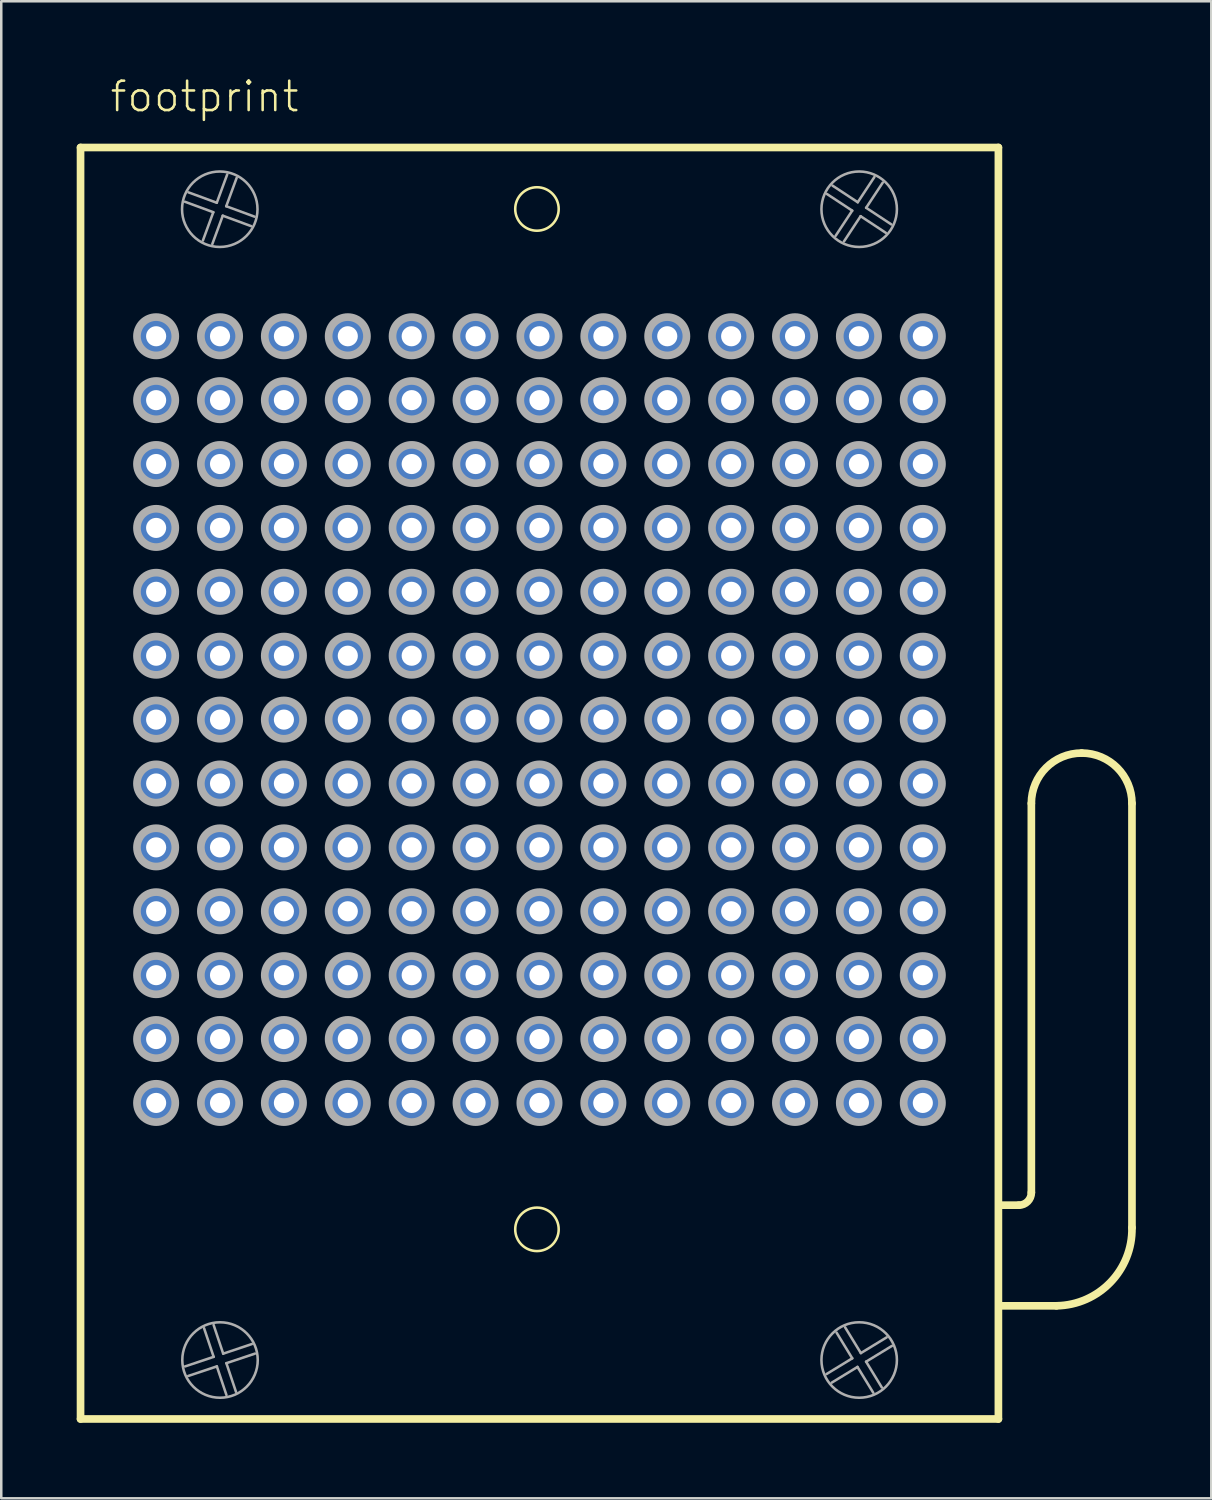
<source format=kicad_pcb>
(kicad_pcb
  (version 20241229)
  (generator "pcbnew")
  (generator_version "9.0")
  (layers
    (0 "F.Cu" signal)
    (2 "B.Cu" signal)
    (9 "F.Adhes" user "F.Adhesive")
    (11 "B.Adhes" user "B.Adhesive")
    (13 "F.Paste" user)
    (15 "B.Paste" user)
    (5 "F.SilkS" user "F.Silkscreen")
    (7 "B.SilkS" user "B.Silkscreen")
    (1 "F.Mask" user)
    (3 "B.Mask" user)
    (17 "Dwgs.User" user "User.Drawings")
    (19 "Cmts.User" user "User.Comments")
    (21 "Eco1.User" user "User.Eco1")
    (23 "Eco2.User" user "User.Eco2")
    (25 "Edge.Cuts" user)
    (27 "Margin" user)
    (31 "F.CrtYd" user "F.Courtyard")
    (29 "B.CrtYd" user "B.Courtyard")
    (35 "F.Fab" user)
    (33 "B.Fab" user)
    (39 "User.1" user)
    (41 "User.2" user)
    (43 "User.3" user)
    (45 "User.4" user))
  (footprint "footprint"
    (layer "F.Cu")
    (at 18.397 25.558)
    (property "Reference" "footprint" (at -17.135 -24.085 0) (layer "F.SilkS") (effects (font (size 1.168 1.168) (thickness 0.102)) (justify left bottom)))
    (fp_line (start -18.245 -22.745) (end 18.245 -22.745) (stroke (width 0.305) (type solid)) (layer "F.SilkS"))
    (fp_line (start -18.245 27.805) (end -18.245 -22.745) (stroke (width 0.305) (type solid)) (layer "F.SilkS"))
    (fp_line (start 18.245 -22.745) (end 18.245 27.805) (stroke (width 0.305) (type solid)) (layer "F.SilkS"))
    (fp_line (start 18.245 27.805) (end -18.245 27.805) (stroke (width 0.305) (type solid)) (layer "F.SilkS"))
    (fp_line (start 19.055 19.305) (end 18.291 19.305) (stroke (width 0.305) (type solid)) (layer "F.SilkS"))
    (fp_line (start 19.555 18.805) (end 19.555 3.33) (stroke (width 0.305) (type solid)) (layer "F.SilkS"))
    (fp_line (start 20.555 23.305) (end 18.291 23.305) (stroke (width 0.305) (type solid)) (layer "F.SilkS"))
    (fp_line (start 23.555 3.33) (end 23.555 20.2) (stroke (width 0.305) (type solid)) (layer "F.SilkS"))
    (fp_arc (start 19.555 3.33) (mid 20.140786 1.915786) (end 21.555 1.33) (stroke (width 0.3048) (type solid)) (layer "F.SilkS"))
    (fp_arc (start 19.555 18.805) (mid 19.408553 19.158553) (end 19.055 19.305) (stroke (width 0.3048) (type solid)) (layer "F.SilkS"))
    (fp_arc (start 21.555 1.33) (mid 22.969214 1.915786) (end 23.555 3.33) (stroke (width 0.3048) (type solid)) (layer "F.SilkS"))
    (fp_arc (start 23.555 20.2) (mid 22.698067 22.37382) (end 20.555 23.305) (stroke (width 0.3048) (type solid)) (layer "F.SilkS"))
    (fp_circle (center -0.1 -20.3) (end 0.764 -20.3) (stroke (width 0.102) (type solid)) (fill no) (layer "F.SilkS"))
    (fp_circle (center -0.1 20.265) (end 0.764 20.265) (stroke (width 0.102) (type solid)) (fill no) (layer "F.SilkS"))
    (fp_line (start -14.091 25.715) (end -12.953 25.334) (stroke (width 0.102) (type solid)) (layer "F.Fab"))
    (fp_line (start -13.955 -20.961) (end -12.829 -20.547) (stroke (width 0.102) (type solid)) (layer "F.Fab"))
    (fp_line (start -13.381 -19.045) (end -12.967 -20.171) (stroke (width 0.102) (type solid)) (layer "F.Fab"))
    (fp_line (start -12.967 -20.171) (end -14.093 -20.586) (stroke (width 0.102) (type solid)) (layer "F.Fab"))
    (fp_line (start -12.954 24.069) (end -12.574 25.207) (stroke (width 0.102) (type solid)) (layer "F.Fab"))
    (fp_line (start -12.953 25.334) (end -13.334 24.196) (stroke (width 0.102) (type solid)) (layer "F.Fab"))
    (fp_line (start -12.829 -20.547) (end -12.414 -21.673) (stroke (width 0.102) (type solid)) (layer "F.Fab"))
    (fp_line (start -12.826 25.713) (end -13.964 26.094) (stroke (width 0.102) (type solid)) (layer "F.Fab"))
    (fp_line (start -12.591 -20.033) (end -13.006 -18.907) (stroke (width 0.102) (type solid)) (layer "F.Fab"))
    (fp_line (start -12.574 25.207) (end -11.436 24.826) (stroke (width 0.102) (type solid)) (layer "F.Fab"))
    (fp_line (start -12.453 -20.409) (end -11.327 -19.994) (stroke (width 0.102) (type solid)) (layer "F.Fab"))
    (fp_line (start -12.447 25.586) (end -12.066 26.724) (stroke (width 0.102) (type solid)) (layer "F.Fab"))
    (fp_line (start -12.445 26.851) (end -12.826 25.713) (stroke (width 0.102) (type solid)) (layer "F.Fab"))
    (fp_line (start -12.039 -21.535) (end -12.453 -20.409) (stroke (width 0.102) (type solid)) (layer "F.Fab"))
    (fp_line (start -11.465 -19.619) (end -12.591 -20.033) (stroke (width 0.102) (type solid)) (layer "F.Fab"))
    (fp_line (start -11.309 25.205) (end -12.447 25.586) (stroke (width 0.102) (type solid)) (layer "F.Fab"))
    (fp_line (start 11.411 26.019) (end 12.435 25.393) (stroke (width 0.102) (type solid)) (layer "F.Fab"))
    (fp_line (start 11.651 -21.228) (end 12.653 -20.567) (stroke (width 0.102) (type solid)) (layer "F.Fab"))
    (fp_line (start 11.772 -19.231) (end 12.433 -20.233) (stroke (width 0.102) (type solid)) (layer "F.Fab"))
    (fp_line (start 12.151 24.161) (end 12.777 25.185) (stroke (width 0.102) (type solid)) (layer "F.Fab"))
    (fp_line (start 12.433 -20.233) (end 11.431 -20.894) (stroke (width 0.102) (type solid)) (layer "F.Fab"))
    (fp_line (start 12.435 25.393) (end 11.81 24.369) (stroke (width 0.102) (type solid)) (layer "F.Fab"))
    (fp_line (start 12.643 25.735) (end 11.619 26.36) (stroke (width 0.102) (type solid)) (layer "F.Fab"))
    (fp_line (start 12.653 -20.567) (end 13.314 -21.569) (stroke (width 0.102) (type solid)) (layer "F.Fab"))
    (fp_line (start 12.767 -20.013) (end 12.106 -19.011) (stroke (width 0.102) (type solid)) (layer "F.Fab"))
    (fp_line (start 12.777 25.185) (end 13.801 24.56) (stroke (width 0.102) (type solid)) (layer "F.Fab"))
    (fp_line (start 12.985 25.526) (end 13.61 26.551) (stroke (width 0.102) (type solid)) (layer "F.Fab"))
    (fp_line (start 12.987 -20.347) (end 13.989 -19.686) (stroke (width 0.102) (type solid)) (layer "F.Fab"))
    (fp_line (start 13.269 26.759) (end 12.643 25.735) (stroke (width 0.102) (type solid)) (layer "F.Fab"))
    (fp_line (start 13.648 -21.349) (end 12.987 -20.347) (stroke (width 0.102) (type solid)) (layer "F.Fab"))
    (fp_line (start 13.769 -19.352) (end 12.767 -20.013) (stroke (width 0.102) (type solid)) (layer "F.Fab"))
    (fp_line (start 14.009 24.901) (end 12.985 25.526) (stroke (width 0.102) (type solid)) (layer "F.Fab"))
    (fp_circle (center -15.24 -15.24) (end -14.478 -15.24) (stroke (width 0.305) (type solid)) (fill no) (layer "F.Fab"))
    (fp_circle (center -15.24 -12.7) (end -14.478 -12.7) (stroke (width 0.305) (type solid)) (fill no) (layer "F.Fab"))
    (fp_circle (center -15.24 -10.16) (end -14.478 -10.16) (stroke (width 0.305) (type solid)) (fill no) (layer "F.Fab"))
    (fp_circle (center -15.24 -7.62) (end -14.478 -7.62) (stroke (width 0.305) (type solid)) (fill no) (layer "F.Fab"))
    (fp_circle (center -15.24 -5.08) (end -14.478 -5.08) (stroke (width 0.305) (type solid)) (fill no) (layer "F.Fab"))
    (fp_circle (center -15.24 -2.54) (end -14.478 -2.54) (stroke (width 0.305) (type solid)) (fill no) (layer "F.Fab"))
    (fp_circle (center -15.24 0) (end -14.478 0) (stroke (width 0.305) (type solid)) (fill no) (layer "F.Fab"))
    (fp_circle (center -15.24 2.54) (end -14.478 2.54) (stroke (width 0.305) (type solid)) (fill no) (layer "F.Fab"))
    (fp_circle (center -15.24 5.08) (end -14.478 5.08) (stroke (width 0.305) (type solid)) (fill no) (layer "F.Fab"))
    (fp_circle (center -15.24 7.62) (end -14.478 7.62) (stroke (width 0.305) (type solid)) (fill no) (layer "F.Fab"))
    (fp_circle (center -15.24 10.16) (end -14.478 10.16) (stroke (width 0.305) (type solid)) (fill no) (layer "F.Fab"))
    (fp_circle (center -15.24 12.7) (end -14.478 12.7) (stroke (width 0.305) (type solid)) (fill no) (layer "F.Fab"))
    (fp_circle (center -15.24 15.24) (end -14.478 15.24) (stroke (width 0.305) (type solid)) (fill no) (layer "F.Fab"))
    (fp_circle (center -12.71 -20.29) (end -11.21 -20.29) (stroke (width 0.102) (type solid)) (fill no) (layer "F.Fab"))
    (fp_circle (center -12.7 -15.24) (end -11.938 -15.24) (stroke (width 0.305) (type solid)) (fill no) (layer "F.Fab"))
    (fp_circle (center -12.7 -12.7) (end -11.938 -12.7) (stroke (width 0.305) (type solid)) (fill no) (layer "F.Fab"))
    (fp_circle (center -12.7 -10.16) (end -11.938 -10.16) (stroke (width 0.305) (type solid)) (fill no) (layer "F.Fab"))
    (fp_circle (center -12.7 -7.62) (end -11.938 -7.62) (stroke (width 0.305) (type solid)) (fill no) (layer "F.Fab"))
    (fp_circle (center -12.7 -5.08) (end -11.938 -5.08) (stroke (width 0.305) (type solid)) (fill no) (layer "F.Fab"))
    (fp_circle (center -12.7 -2.54) (end -11.938 -2.54) (stroke (width 0.305) (type solid)) (fill no) (layer "F.Fab"))
    (fp_circle (center -12.7 0) (end -11.938 0) (stroke (width 0.305) (type solid)) (fill no) (layer "F.Fab"))
    (fp_circle (center -12.7 2.54) (end -11.938 2.54) (stroke (width 0.305) (type solid)) (fill no) (layer "F.Fab"))
    (fp_circle (center -12.7 5.08) (end -11.938 5.08) (stroke (width 0.305) (type solid)) (fill no) (layer "F.Fab"))
    (fp_circle (center -12.7 7.62) (end -11.938 7.62) (stroke (width 0.305) (type solid)) (fill no) (layer "F.Fab"))
    (fp_circle (center -12.7 10.16) (end -11.938 10.16) (stroke (width 0.305) (type solid)) (fill no) (layer "F.Fab"))
    (fp_circle (center -12.7 12.7) (end -11.938 12.7) (stroke (width 0.305) (type solid)) (fill no) (layer "F.Fab"))
    (fp_circle (center -12.7 15.24) (end -11.938 15.24) (stroke (width 0.305) (type solid)) (fill no) (layer "F.Fab"))
    (fp_circle (center -12.7 25.46) (end -11.2 25.46) (stroke (width 0.102) (type solid)) (fill no) (layer "F.Fab"))
    (fp_circle (center -10.16 -15.24) (end -9.398 -15.24) (stroke (width 0.305) (type solid)) (fill no) (layer "F.Fab"))
    (fp_circle (center -10.16 -12.7) (end -9.398 -12.7) (stroke (width 0.305) (type solid)) (fill no) (layer "F.Fab"))
    (fp_circle (center -10.16 -10.16) (end -9.398 -10.16) (stroke (width 0.305) (type solid)) (fill no) (layer "F.Fab"))
    (fp_circle (center -10.16 -7.62) (end -9.398 -7.62) (stroke (width 0.305) (type solid)) (fill no) (layer "F.Fab"))
    (fp_circle (center -10.16 -5.08) (end -9.398 -5.08) (stroke (width 0.305) (type solid)) (fill no) (layer "F.Fab"))
    (fp_circle (center -10.16 -2.54) (end -9.398 -2.54) (stroke (width 0.305) (type solid)) (fill no) (layer "F.Fab"))
    (fp_circle (center -10.16 0) (end -9.398 0) (stroke (width 0.305) (type solid)) (fill no) (layer "F.Fab"))
    (fp_circle (center -10.16 2.54) (end -9.398 2.54) (stroke (width 0.305) (type solid)) (fill no) (layer "F.Fab"))
    (fp_circle (center -10.16 5.08) (end -9.398 5.08) (stroke (width 0.305) (type solid)) (fill no) (layer "F.Fab"))
    (fp_circle (center -10.16 7.62) (end -9.398 7.62) (stroke (width 0.305) (type solid)) (fill no) (layer "F.Fab"))
    (fp_circle (center -10.16 10.16) (end -9.398 10.16) (stroke (width 0.305) (type solid)) (fill no) (layer "F.Fab"))
    (fp_circle (center -10.16 12.7) (end -9.398 12.7) (stroke (width 0.305) (type solid)) (fill no) (layer "F.Fab"))
    (fp_circle (center -10.16 15.24) (end -9.398 15.24) (stroke (width 0.305) (type solid)) (fill no) (layer "F.Fab"))
    (fp_circle (center -7.62 -15.24) (end -6.858 -15.24) (stroke (width 0.305) (type solid)) (fill no) (layer "F.Fab"))
    (fp_circle (center -7.62 -12.7) (end -6.858 -12.7) (stroke (width 0.305) (type solid)) (fill no) (layer "F.Fab"))
    (fp_circle (center -7.62 -10.16) (end -6.858 -10.16) (stroke (width 0.305) (type solid)) (fill no) (layer "F.Fab"))
    (fp_circle (center -7.62 -7.62) (end -6.858 -7.62) (stroke (width 0.305) (type solid)) (fill no) (layer "F.Fab"))
    (fp_circle (center -7.62 -5.08) (end -6.858 -5.08) (stroke (width 0.305) (type solid)) (fill no) (layer "F.Fab"))
    (fp_circle (center -7.62 -2.54) (end -6.858 -2.54) (stroke (width 0.305) (type solid)) (fill no) (layer "F.Fab"))
    (fp_circle (center -7.62 0) (end -6.858 0) (stroke (width 0.305) (type solid)) (fill no) (layer "F.Fab"))
    (fp_circle (center -7.62 2.54) (end -6.858 2.54) (stroke (width 0.305) (type solid)) (fill no) (layer "F.Fab"))
    (fp_circle (center -7.62 5.08) (end -6.858 5.08) (stroke (width 0.305) (type solid)) (fill no) (layer "F.Fab"))
    (fp_circle (center -7.62 7.62) (end -6.858 7.62) (stroke (width 0.305) (type solid)) (fill no) (layer "F.Fab"))
    (fp_circle (center -7.62 10.16) (end -6.858 10.16) (stroke (width 0.305) (type solid)) (fill no) (layer "F.Fab"))
    (fp_circle (center -7.62 12.7) (end -6.858 12.7) (stroke (width 0.305) (type solid)) (fill no) (layer "F.Fab"))
    (fp_circle (center -7.62 15.24) (end -6.858 15.24) (stroke (width 0.305) (type solid)) (fill no) (layer "F.Fab"))
    (fp_circle (center -5.08 -15.24) (end -4.318 -15.24) (stroke (width 0.305) (type solid)) (fill no) (layer "F.Fab"))
    (fp_circle (center -5.08 -12.7) (end -4.318 -12.7) (stroke (width 0.305) (type solid)) (fill no) (layer "F.Fab"))
    (fp_circle (center -5.08 -10.16) (end -4.318 -10.16) (stroke (width 0.305) (type solid)) (fill no) (layer "F.Fab"))
    (fp_circle (center -5.08 -7.62) (end -4.318 -7.62) (stroke (width 0.305) (type solid)) (fill no) (layer "F.Fab"))
    (fp_circle (center -5.08 -5.08) (end -4.318 -5.08) (stroke (width 0.305) (type solid)) (fill no) (layer "F.Fab"))
    (fp_circle (center -5.08 -2.54) (end -4.318 -2.54) (stroke (width 0.305) (type solid)) (fill no) (layer "F.Fab"))
    (fp_circle (center -5.08 0) (end -4.318 0) (stroke (width 0.305) (type solid)) (fill no) (layer "F.Fab"))
    (fp_circle (center -5.08 2.54) (end -4.318 2.54) (stroke (width 0.305) (type solid)) (fill no) (layer "F.Fab"))
    (fp_circle (center -5.08 5.08) (end -4.318 5.08) (stroke (width 0.305) (type solid)) (fill no) (layer "F.Fab"))
    (fp_circle (center -5.08 7.62) (end -4.318 7.62) (stroke (width 0.305) (type solid)) (fill no) (layer "F.Fab"))
    (fp_circle (center -5.08 10.16) (end -4.318 10.16) (stroke (width 0.305) (type solid)) (fill no) (layer "F.Fab"))
    (fp_circle (center -5.08 12.7) (end -4.318 12.7) (stroke (width 0.305) (type solid)) (fill no) (layer "F.Fab"))
    (fp_circle (center -5.08 15.24) (end -4.318 15.24) (stroke (width 0.305) (type solid)) (fill no) (layer "F.Fab"))
    (fp_circle (center -2.54 -15.24) (end -1.778 -15.24) (stroke (width 0.305) (type solid)) (fill no) (layer "F.Fab"))
    (fp_circle (center -2.54 -12.7) (end -1.778 -12.7) (stroke (width 0.305) (type solid)) (fill no) (layer "F.Fab"))
    (fp_circle (center -2.54 -10.16) (end -1.778 -10.16) (stroke (width 0.305) (type solid)) (fill no) (layer "F.Fab"))
    (fp_circle (center -2.54 -7.62) (end -1.778 -7.62) (stroke (width 0.305) (type solid)) (fill no) (layer "F.Fab"))
    (fp_circle (center -2.54 -5.08) (end -1.778 -5.08) (stroke (width 0.305) (type solid)) (fill no) (layer "F.Fab"))
    (fp_circle (center -2.54 -2.54) (end -1.778 -2.54) (stroke (width 0.305) (type solid)) (fill no) (layer "F.Fab"))
    (fp_circle (center -2.54 0) (end -1.778 0) (stroke (width 0.305) (type solid)) (fill no) (layer "F.Fab"))
    (fp_circle (center -2.54 2.54) (end -1.778 2.54) (stroke (width 0.305) (type solid)) (fill no) (layer "F.Fab"))
    (fp_circle (center -2.54 5.08) (end -1.778 5.08) (stroke (width 0.305) (type solid)) (fill no) (layer "F.Fab"))
    (fp_circle (center -2.54 7.62) (end -1.778 7.62) (stroke (width 0.305) (type solid)) (fill no) (layer "F.Fab"))
    (fp_circle (center -2.54 10.16) (end -1.778 10.16) (stroke (width 0.305) (type solid)) (fill no) (layer "F.Fab"))
    (fp_circle (center -2.54 12.7) (end -1.778 12.7) (stroke (width 0.305) (type solid)) (fill no) (layer "F.Fab"))
    (fp_circle (center -2.54 15.24) (end -1.778 15.24) (stroke (width 0.305) (type solid)) (fill no) (layer "F.Fab"))
    (fp_circle (center 0 -15.24) (end 0.762 -15.24) (stroke (width 0.305) (type solid)) (fill no) (layer "F.Fab"))
    (fp_circle (center 0 -12.7) (end 0.762 -12.7) (stroke (width 0.305) (type solid)) (fill no) (layer "F.Fab"))
    (fp_circle (center 0 -10.16) (end 0.762 -10.16) (stroke (width 0.305) (type solid)) (fill no) (layer "F.Fab"))
    (fp_circle (center 0 -7.62) (end 0.762 -7.62) (stroke (width 0.305) (type solid)) (fill no) (layer "F.Fab"))
    (fp_circle (center 0 -5.08) (end 0.762 -5.08) (stroke (width 0.305) (type solid)) (fill no) (layer "F.Fab"))
    (fp_circle (center 0 -2.54) (end 0.762 -2.54) (stroke (width 0.305) (type solid)) (fill no) (layer "F.Fab"))
    (fp_circle (center 0 0) (end 0.762 0) (stroke (width 0.305) (type solid)) (fill no) (layer "F.Fab"))
    (fp_circle (center 0 2.54) (end 0.762 2.54) (stroke (width 0.305) (type solid)) (fill no) (layer "F.Fab"))
    (fp_circle (center 0 5.08) (end 0.762 5.08) (stroke (width 0.305) (type solid)) (fill no) (layer "F.Fab"))
    (fp_circle (center 0 7.62) (end 0.762 7.62) (stroke (width 0.305) (type solid)) (fill no) (layer "F.Fab"))
    (fp_circle (center 0 10.16) (end 0.762 10.16) (stroke (width 0.305) (type solid)) (fill no) (layer "F.Fab"))
    (fp_circle (center 0 12.7) (end 0.762 12.7) (stroke (width 0.305) (type solid)) (fill no) (layer "F.Fab"))
    (fp_circle (center 0 15.24) (end 0.762 15.24) (stroke (width 0.305) (type solid)) (fill no) (layer "F.Fab"))
    (fp_circle (center 2.54 -15.24) (end 3.302 -15.24) (stroke (width 0.305) (type solid)) (fill no) (layer "F.Fab"))
    (fp_circle (center 2.54 -12.7) (end 3.302 -12.7) (stroke (width 0.305) (type solid)) (fill no) (layer "F.Fab"))
    (fp_circle (center 2.54 -10.16) (end 3.302 -10.16) (stroke (width 0.305) (type solid)) (fill no) (layer "F.Fab"))
    (fp_circle (center 2.54 -7.62) (end 3.302 -7.62) (stroke (width 0.305) (type solid)) (fill no) (layer "F.Fab"))
    (fp_circle (center 2.54 -5.08) (end 3.302 -5.08) (stroke (width 0.305) (type solid)) (fill no) (layer "F.Fab"))
    (fp_circle (center 2.54 -2.54) (end 3.302 -2.54) (stroke (width 0.305) (type solid)) (fill no) (layer "F.Fab"))
    (fp_circle (center 2.54 0) (end 3.302 0) (stroke (width 0.305) (type solid)) (fill no) (layer "F.Fab"))
    (fp_circle (center 2.54 2.54) (end 3.302 2.54) (stroke (width 0.305) (type solid)) (fill no) (layer "F.Fab"))
    (fp_circle (center 2.54 5.08) (end 3.302 5.08) (stroke (width 0.305) (type solid)) (fill no) (layer "F.Fab"))
    (fp_circle (center 2.54 7.62) (end 3.302 7.62) (stroke (width 0.305) (type solid)) (fill no) (layer "F.Fab"))
    (fp_circle (center 2.54 10.16) (end 3.302 10.16) (stroke (width 0.305) (type solid)) (fill no) (layer "F.Fab"))
    (fp_circle (center 2.54 12.7) (end 3.302 12.7) (stroke (width 0.305) (type solid)) (fill no) (layer "F.Fab"))
    (fp_circle (center 2.54 15.24) (end 3.302 15.24) (stroke (width 0.305) (type solid)) (fill no) (layer "F.Fab"))
    (fp_circle (center 5.08 -15.24) (end 5.842 -15.24) (stroke (width 0.305) (type solid)) (fill no) (layer "F.Fab"))
    (fp_circle (center 5.08 -12.7) (end 5.842 -12.7) (stroke (width 0.305) (type solid)) (fill no) (layer "F.Fab"))
    (fp_circle (center 5.08 -10.16) (end 5.842 -10.16) (stroke (width 0.305) (type solid)) (fill no) (layer "F.Fab"))
    (fp_circle (center 5.08 -7.62) (end 5.842 -7.62) (stroke (width 0.305) (type solid)) (fill no) (layer "F.Fab"))
    (fp_circle (center 5.08 -5.08) (end 5.842 -5.08) (stroke (width 0.305) (type solid)) (fill no) (layer "F.Fab"))
    (fp_circle (center 5.08 -2.54) (end 5.842 -2.54) (stroke (width 0.305) (type solid)) (fill no) (layer "F.Fab"))
    (fp_circle (center 5.08 0) (end 5.842 0) (stroke (width 0.305) (type solid)) (fill no) (layer "F.Fab"))
    (fp_circle (center 5.08 2.54) (end 5.842 2.54) (stroke (width 0.305) (type solid)) (fill no) (layer "F.Fab"))
    (fp_circle (center 5.08 5.08) (end 5.842 5.08) (stroke (width 0.305) (type solid)) (fill no) (layer "F.Fab"))
    (fp_circle (center 5.08 7.62) (end 5.842 7.62) (stroke (width 0.305) (type solid)) (fill no) (layer "F.Fab"))
    (fp_circle (center 5.08 10.16) (end 5.842 10.16) (stroke (width 0.305) (type solid)) (fill no) (layer "F.Fab"))
    (fp_circle (center 5.08 12.7) (end 5.842 12.7) (stroke (width 0.305) (type solid)) (fill no) (layer "F.Fab"))
    (fp_circle (center 5.08 15.24) (end 5.842 15.24) (stroke (width 0.305) (type solid)) (fill no) (layer "F.Fab"))
    (fp_circle (center 7.62 -15.24) (end 8.382 -15.24) (stroke (width 0.305) (type solid)) (fill no) (layer "F.Fab"))
    (fp_circle (center 7.62 -12.7) (end 8.382 -12.7) (stroke (width 0.305) (type solid)) (fill no) (layer "F.Fab"))
    (fp_circle (center 7.62 -10.16) (end 8.382 -10.16) (stroke (width 0.305) (type solid)) (fill no) (layer "F.Fab"))
    (fp_circle (center 7.62 -7.62) (end 8.382 -7.62) (stroke (width 0.305) (type solid)) (fill no) (layer "F.Fab"))
    (fp_circle (center 7.62 -5.08) (end 8.382 -5.08) (stroke (width 0.305) (type solid)) (fill no) (layer "F.Fab"))
    (fp_circle (center 7.62 -2.54) (end 8.382 -2.54) (stroke (width 0.305) (type solid)) (fill no) (layer "F.Fab"))
    (fp_circle (center 7.62 0) (end 8.382 0) (stroke (width 0.305) (type solid)) (fill no) (layer "F.Fab"))
    (fp_circle (center 7.62 2.54) (end 8.382 2.54) (stroke (width 0.305) (type solid)) (fill no) (layer "F.Fab"))
    (fp_circle (center 7.62 5.08) (end 8.382 5.08) (stroke (width 0.305) (type solid)) (fill no) (layer "F.Fab"))
    (fp_circle (center 7.62 7.62) (end 8.382 7.62) (stroke (width 0.305) (type solid)) (fill no) (layer "F.Fab"))
    (fp_circle (center 7.62 10.16) (end 8.382 10.16) (stroke (width 0.305) (type solid)) (fill no) (layer "F.Fab"))
    (fp_circle (center 7.62 12.7) (end 8.382 12.7) (stroke (width 0.305) (type solid)) (fill no) (layer "F.Fab"))
    (fp_circle (center 7.62 15.24) (end 8.382 15.24) (stroke (width 0.305) (type solid)) (fill no) (layer "F.Fab"))
    (fp_circle (center 10.16 -15.24) (end 10.922 -15.24) (stroke (width 0.305) (type solid)) (fill no) (layer "F.Fab"))
    (fp_circle (center 10.16 -12.7) (end 10.922 -12.7) (stroke (width 0.305) (type solid)) (fill no) (layer "F.Fab"))
    (fp_circle (center 10.16 -10.16) (end 10.922 -10.16) (stroke (width 0.305) (type solid)) (fill no) (layer "F.Fab"))
    (fp_circle (center 10.16 -7.62) (end 10.922 -7.62) (stroke (width 0.305) (type solid)) (fill no) (layer "F.Fab"))
    (fp_circle (center 10.16 -5.08) (end 10.922 -5.08) (stroke (width 0.305) (type solid)) (fill no) (layer "F.Fab"))
    (fp_circle (center 10.16 -2.54) (end 10.922 -2.54) (stroke (width 0.305) (type solid)) (fill no) (layer "F.Fab"))
    (fp_circle (center 10.16 0) (end 10.922 0) (stroke (width 0.305) (type solid)) (fill no) (layer "F.Fab"))
    (fp_circle (center 10.16 2.54) (end 10.922 2.54) (stroke (width 0.305) (type solid)) (fill no) (layer "F.Fab"))
    (fp_circle (center 10.16 5.08) (end 10.922 5.08) (stroke (width 0.305) (type solid)) (fill no) (layer "F.Fab"))
    (fp_circle (center 10.16 7.62) (end 10.922 7.62) (stroke (width 0.305) (type solid)) (fill no) (layer "F.Fab"))
    (fp_circle (center 10.16 10.16) (end 10.922 10.16) (stroke (width 0.305) (type solid)) (fill no) (layer "F.Fab"))
    (fp_circle (center 10.16 12.7) (end 10.922 12.7) (stroke (width 0.305) (type solid)) (fill no) (layer "F.Fab"))
    (fp_circle (center 10.16 15.24) (end 10.922 15.24) (stroke (width 0.305) (type solid)) (fill no) (layer "F.Fab"))
    (fp_circle (center 12.7 -15.24) (end 13.462 -15.24) (stroke (width 0.305) (type solid)) (fill no) (layer "F.Fab"))
    (fp_circle (center 12.7 -12.7) (end 13.462 -12.7) (stroke (width 0.305) (type solid)) (fill no) (layer "F.Fab"))
    (fp_circle (center 12.7 -10.16) (end 13.462 -10.16) (stroke (width 0.305) (type solid)) (fill no) (layer "F.Fab"))
    (fp_circle (center 12.7 -7.62) (end 13.462 -7.62) (stroke (width 0.305) (type solid)) (fill no) (layer "F.Fab"))
    (fp_circle (center 12.7 -5.08) (end 13.462 -5.08) (stroke (width 0.305) (type solid)) (fill no) (layer "F.Fab"))
    (fp_circle (center 12.7 -2.54) (end 13.462 -2.54) (stroke (width 0.305) (type solid)) (fill no) (layer "F.Fab"))
    (fp_circle (center 12.7 0) (end 13.462 0) (stroke (width 0.305) (type solid)) (fill no) (layer "F.Fab"))
    (fp_circle (center 12.7 2.54) (end 13.462 2.54) (stroke (width 0.305) (type solid)) (fill no) (layer "F.Fab"))
    (fp_circle (center 12.7 5.08) (end 13.462 5.08) (stroke (width 0.305) (type solid)) (fill no) (layer "F.Fab"))
    (fp_circle (center 12.7 7.62) (end 13.462 7.62) (stroke (width 0.305) (type solid)) (fill no) (layer "F.Fab"))
    (fp_circle (center 12.7 10.16) (end 13.462 10.16) (stroke (width 0.305) (type solid)) (fill no) (layer "F.Fab"))
    (fp_circle (center 12.7 12.7) (end 13.462 12.7) (stroke (width 0.305) (type solid)) (fill no) (layer "F.Fab"))
    (fp_circle (center 12.7 15.24) (end 13.462 15.24) (stroke (width 0.305) (type solid)) (fill no) (layer "F.Fab"))
    (fp_circle (center 12.71 -20.29) (end 14.21 -20.29) (stroke (width 0.102) (type solid)) (fill no) (layer "F.Fab"))
    (fp_circle (center 12.71 25.46) (end 14.21 25.46) (stroke (width 0.102) (type solid)) (fill no) (layer "F.Fab"))
    (fp_circle (center 15.24 -15.24) (end 16.002 -15.24) (stroke (width 0.305) (type solid)) (fill no) (layer "F.Fab"))
    (fp_circle (center 15.24 -12.7) (end 16.002 -12.7) (stroke (width 0.305) (type solid)) (fill no) (layer "F.Fab"))
    (fp_circle (center 15.24 -10.16) (end 16.002 -10.16) (stroke (width 0.305) (type solid)) (fill no) (layer "F.Fab"))
    (fp_circle (center 15.24 -7.62) (end 16.002 -7.62) (stroke (width 0.305) (type solid)) (fill no) (layer "F.Fab"))
    (fp_circle (center 15.24 -5.08) (end 16.002 -5.08) (stroke (width 0.305) (type solid)) (fill no) (layer "F.Fab"))
    (fp_circle (center 15.24 -2.54) (end 16.002 -2.54) (stroke (width 0.305) (type solid)) (fill no) (layer "F.Fab"))
    (fp_circle (center 15.24 0) (end 16.002 0) (stroke (width 0.305) (type solid)) (fill no) (layer "F.Fab"))
    (fp_circle (center 15.24 2.54) (end 16.002 2.54) (stroke (width 0.305) (type solid)) (fill no) (layer "F.Fab"))
    (fp_circle (center 15.24 5.08) (end 16.002 5.08) (stroke (width 0.305) (type solid)) (fill no) (layer "F.Fab"))
    (fp_circle (center 15.24 7.62) (end 16.002 7.62) (stroke (width 0.305) (type solid)) (fill no) (layer "F.Fab"))
    (fp_circle (center 15.24 10.16) (end 16.002 10.16) (stroke (width 0.305) (type solid)) (fill no) (layer "F.Fab"))
    (fp_circle (center 15.24 12.7) (end 16.002 12.7) (stroke (width 0.305) (type solid)) (fill no) (layer "F.Fab"))
    (fp_circle (center 15.24 15.24) (end 16.002 15.24) (stroke (width 0.305) (type solid)) (fill no) (layer "F.Fab"))
    (pad "A1" thru_hole circle (at -15.24 -15.24) (size 1.4 1.4) (drill 0.8) (layers "*.Cu" "*.Mask"))
    (pad "A2" thru_hole circle (at -12.7 -15.24) (size 1.4 1.4) (drill 0.8) (layers "*.Cu" "*.Mask"))
    (pad "A3" thru_hole circle (at -10.16 -15.24) (size 1.4 1.4) (drill 0.8) (layers "*.Cu" "*.Mask"))
    (pad "A4" thru_hole circle (at -7.62 -15.24) (size 1.4 1.4) (drill 0.8) (layers "*.Cu" "*.Mask"))
    (pad "A5" thru_hole circle (at -5.08 -15.24) (size 1.4 1.4) (drill 0.8) (layers "*.Cu" "*.Mask"))
    (pad "A6" thru_hole circle (at -2.54 -15.24) (size 1.4 1.4) (drill 0.8) (layers "*.Cu" "*.Mask"))
    (pad "A7" thru_hole circle (at 0 -15.24) (size 1.4 1.4) (drill 0.8) (layers "*.Cu" "*.Mask"))
    (pad "A8" thru_hole circle (at 2.54 -15.24) (size 1.4 1.4) (drill 0.8) (layers "*.Cu" "*.Mask"))
    (pad "A9" thru_hole circle (at 5.08 -15.24) (size 1.4 1.4) (drill 0.8) (layers "*.Cu" "*.Mask"))
    (pad "A10" thru_hole circle (at 7.62 -15.24) (size 1.4 1.4) (drill 0.8) (layers "*.Cu" "*.Mask"))
    (pad "A11" thru_hole circle (at 10.16 -15.24) (size 1.4 1.4) (drill 0.8) (layers "*.Cu" "*.Mask"))
    (pad "A12" thru_hole circle (at 12.7 -15.24) (size 1.4 1.4) (drill 0.8) (layers "*.Cu" "*.Mask"))
    (pad "A13" thru_hole circle (at 15.24 -15.24) (size 1.4 1.4) (drill 0.8) (layers "*.Cu" "*.Mask"))
    (pad "B1" thru_hole circle (at -15.24 -12.7) (size 1.4 1.4) (drill 0.8) (layers "*.Cu" "*.Mask"))
    (pad "B2" thru_hole circle (at -12.7 -12.7) (size 1.4 1.4) (drill 0.8) (layers "*.Cu" "*.Mask"))
    (pad "B3" thru_hole circle (at -10.16 -12.7) (size 1.4 1.4) (drill 0.8) (layers "*.Cu" "*.Mask"))
    (pad "B4" thru_hole circle (at -7.62 -12.7) (size 1.4 1.4) (drill 0.8) (layers "*.Cu" "*.Mask"))
    (pad "B5" thru_hole circle (at -5.08 -12.7) (size 1.4 1.4) (drill 0.8) (layers "*.Cu" "*.Mask"))
    (pad "B6" thru_hole circle (at -2.54 -12.7) (size 1.4 1.4) (drill 0.8) (layers "*.Cu" "*.Mask"))
    (pad "B7" thru_hole circle (at 0 -12.7) (size 1.4 1.4) (drill 0.8) (layers "*.Cu" "*.Mask"))
    (pad "B8" thru_hole circle (at 2.54 -12.7) (size 1.4 1.4) (drill 0.8) (layers "*.Cu" "*.Mask"))
    (pad "B9" thru_hole circle (at 5.08 -12.7) (size 1.4 1.4) (drill 0.8) (layers "*.Cu" "*.Mask"))
    (pad "B10" thru_hole circle (at 7.62 -12.7) (size 1.4 1.4) (drill 0.8) (layers "*.Cu" "*.Mask"))
    (pad "B11" thru_hole circle (at 10.16 -12.7) (size 1.4 1.4) (drill 0.8) (layers "*.Cu" "*.Mask"))
    (pad "B12" thru_hole circle (at 12.7 -12.7) (size 1.4 1.4) (drill 0.8) (layers "*.Cu" "*.Mask"))
    (pad "B13" thru_hole circle (at 15.24 -12.7) (size 1.4 1.4) (drill 0.8) (layers "*.Cu" "*.Mask"))
    (pad "C1" thru_hole circle (at -15.24 -10.16) (size 1.4 1.4) (drill 0.8) (layers "*.Cu" "*.Mask"))
    (pad "C2" thru_hole circle (at -12.7 -10.16) (size 1.4 1.4) (drill 0.8) (layers "*.Cu" "*.Mask"))
    (pad "C3" thru_hole circle (at -10.16 -10.16) (size 1.4 1.4) (drill 0.8) (layers "*.Cu" "*.Mask"))
    (pad "C4" thru_hole circle (at -7.62 -10.16) (size 1.4 1.4) (drill 0.8) (layers "*.Cu" "*.Mask"))
    (pad "C5" thru_hole circle (at -5.08 -10.16) (size 1.4 1.4) (drill 0.8) (layers "*.Cu" "*.Mask"))
    (pad "C6" thru_hole circle (at -2.54 -10.16) (size 1.4 1.4) (drill 0.8) (layers "*.Cu" "*.Mask"))
    (pad "C7" thru_hole circle (at 0 -10.16) (size 1.4 1.4) (drill 0.8) (layers "*.Cu" "*.Mask"))
    (pad "C8" thru_hole circle (at 2.54 -10.16) (size 1.4 1.4) (drill 0.8) (layers "*.Cu" "*.Mask"))
    (pad "C9" thru_hole circle (at 5.08 -10.16) (size 1.4 1.4) (drill 0.8) (layers "*.Cu" "*.Mask"))
    (pad "C10" thru_hole circle (at 7.62 -10.16) (size 1.4 1.4) (drill 0.8) (layers "*.Cu" "*.Mask"))
    (pad "C11" thru_hole circle (at 10.16 -10.16) (size 1.4 1.4) (drill 0.8) (layers "*.Cu" "*.Mask"))
    (pad "C12" thru_hole circle (at 12.7 -10.16) (size 1.4 1.4) (drill 0.8) (layers "*.Cu" "*.Mask"))
    (pad "C13" thru_hole circle (at 15.24 -10.16) (size 1.4 1.4) (drill 0.8) (layers "*.Cu" "*.Mask"))
    (pad "D1" thru_hole circle (at -15.24 -7.62) (size 1.4 1.4) (drill 0.8) (layers "*.Cu" "*.Mask"))
    (pad "D2" thru_hole circle (at -12.7 -7.62) (size 1.4 1.4) (drill 0.8) (layers "*.Cu" "*.Mask"))
    (pad "D3" thru_hole circle (at -10.16 -7.62) (size 1.4 1.4) (drill 0.8) (layers "*.Cu" "*.Mask"))
    (pad "D4" thru_hole circle (at -7.62 -7.62) (size 1.4 1.4) (drill 0.8) (layers "*.Cu" "*.Mask"))
    (pad "D5" thru_hole circle (at -5.08 -7.62) (size 1.4 1.4) (drill 0.8) (layers "*.Cu" "*.Mask"))
    (pad "D6" thru_hole circle (at -2.54 -7.62) (size 1.4 1.4) (drill 0.8) (layers "*.Cu" "*.Mask"))
    (pad "D7" thru_hole circle (at 0 -7.62) (size 1.4 1.4) (drill 0.8) (layers "*.Cu" "*.Mask"))
    (pad "D8" thru_hole circle (at 2.54 -7.62) (size 1.4 1.4) (drill 0.8) (layers "*.Cu" "*.Mask"))
    (pad "D9" thru_hole circle (at 5.08 -7.62) (size 1.4 1.4) (drill 0.8) (layers "*.Cu" "*.Mask"))
    (pad "D10" thru_hole circle (at 7.62 -7.62) (size 1.4 1.4) (drill 0.8) (layers "*.Cu" "*.Mask"))
    (pad "D11" thru_hole circle (at 10.16 -7.62) (size 1.4 1.4) (drill 0.8) (layers "*.Cu" "*.Mask"))
    (pad "D12" thru_hole circle (at 12.7 -7.62) (size 1.4 1.4) (drill 0.8) (layers "*.Cu" "*.Mask"))
    (pad "D13" thru_hole circle (at 15.24 -7.62) (size 1.4 1.4) (drill 0.8) (layers "*.Cu" "*.Mask"))
    (pad "E1" thru_hole circle (at -15.24 -5.08) (size 1.4 1.4) (drill 0.8) (layers "*.Cu" "*.Mask"))
    (pad "E2" thru_hole circle (at -12.7 -5.08) (size 1.4 1.4) (drill 0.8) (layers "*.Cu" "*.Mask"))
    (pad "E3" thru_hole circle (at -10.16 -5.08) (size 1.4 1.4) (drill 0.8) (layers "*.Cu" "*.Mask"))
    (pad "E4" thru_hole circle (at -7.62 -5.08) (size 1.4 1.4) (drill 0.8) (layers "*.Cu" "*.Mask"))
    (pad "E5" thru_hole circle (at -5.08 -5.08) (size 1.4 1.4) (drill 0.8) (layers "*.Cu" "*.Mask"))
    (pad "E6" thru_hole circle (at -2.54 -5.08) (size 1.4 1.4) (drill 0.8) (layers "*.Cu" "*.Mask"))
    (pad "E7" thru_hole circle (at 0 -5.08) (size 1.4 1.4) (drill 0.8) (layers "*.Cu" "*.Mask"))
    (pad "E8" thru_hole circle (at 2.54 -5.08) (size 1.4 1.4) (drill 0.8) (layers "*.Cu" "*.Mask"))
    (pad "E9" thru_hole circle (at 5.08 -5.08) (size 1.4 1.4) (drill 0.8) (layers "*.Cu" "*.Mask"))
    (pad "E10" thru_hole circle (at 7.62 -5.08) (size 1.4 1.4) (drill 0.8) (layers "*.Cu" "*.Mask"))
    (pad "E11" thru_hole circle (at 10.16 -5.08) (size 1.4 1.4) (drill 0.8) (layers "*.Cu" "*.Mask"))
    (pad "E12" thru_hole circle (at 12.7 -5.08) (size 1.4 1.4) (drill 0.8) (layers "*.Cu" "*.Mask"))
    (pad "E13" thru_hole circle (at 15.24 -5.08) (size 1.4 1.4) (drill 0.8) (layers "*.Cu" "*.Mask"))
    (pad "F1" thru_hole circle (at -15.24 -2.54) (size 1.4 1.4) (drill 0.8) (layers "*.Cu" "*.Mask"))
    (pad "F2" thru_hole circle (at -12.7 -2.54) (size 1.4 1.4) (drill 0.8) (layers "*.Cu" "*.Mask"))
    (pad "F3" thru_hole circle (at -10.16 -2.54) (size 1.4 1.4) (drill 0.8) (layers "*.Cu" "*.Mask"))
    (pad "F4" thru_hole circle (at -7.62 -2.54) (size 1.4 1.4) (drill 0.8) (layers "*.Cu" "*.Mask"))
    (pad "F5" thru_hole circle (at -5.08 -2.54) (size 1.4 1.4) (drill 0.8) (layers "*.Cu" "*.Mask"))
    (pad "F6" thru_hole circle (at -2.54 -2.54) (size 1.4 1.4) (drill 0.8) (layers "*.Cu" "*.Mask"))
    (pad "F7" thru_hole circle (at 0 -2.54) (size 1.4 1.4) (drill 0.8) (layers "*.Cu" "*.Mask"))
    (pad "F8" thru_hole circle (at 2.54 -2.54) (size 1.4 1.4) (drill 0.8) (layers "*.Cu" "*.Mask"))
    (pad "F9" thru_hole circle (at 5.08 -2.54) (size 1.4 1.4) (drill 0.8) (layers "*.Cu" "*.Mask"))
    (pad "F10" thru_hole circle (at 7.62 -2.54) (size 1.4 1.4) (drill 0.8) (layers "*.Cu" "*.Mask"))
    (pad "F11" thru_hole circle (at 10.16 -2.54) (size 1.4 1.4) (drill 0.8) (layers "*.Cu" "*.Mask"))
    (pad "F12" thru_hole circle (at 12.7 -2.54) (size 1.4 1.4) (drill 0.8) (layers "*.Cu" "*.Mask"))
    (pad "F13" thru_hole circle (at 15.24 -2.54) (size 1.4 1.4) (drill 0.8) (layers "*.Cu" "*.Mask"))
    (pad "G1" thru_hole circle (at -15.24 0) (size 1.4 1.4) (drill 0.8) (layers "*.Cu" "*.Mask"))
    (pad "G2" thru_hole circle (at -12.7 0) (size 1.4 1.4) (drill 0.8) (layers "*.Cu" "*.Mask"))
    (pad "G3" thru_hole circle (at -10.16 0) (size 1.4 1.4) (drill 0.8) (layers "*.Cu" "*.Mask"))
    (pad "G4" thru_hole circle (at -7.62 0) (size 1.4 1.4) (drill 0.8) (layers "*.Cu" "*.Mask"))
    (pad "G5" thru_hole circle (at -5.08 0) (size 1.4 1.4) (drill 0.8) (layers "*.Cu" "*.Mask"))
    (pad "G6" thru_hole circle (at -2.54 0) (size 1.4 1.4) (drill 0.8) (layers "*.Cu" "*.Mask"))
    (pad "G7" thru_hole circle (at 0 0) (size 1.4 1.4) (drill 0.8) (layers "*.Cu" "*.Mask"))
    (pad "G8" thru_hole circle (at 2.54 0) (size 1.4 1.4) (drill 0.8) (layers "*.Cu" "*.Mask"))
    (pad "G9" thru_hole circle (at 5.08 0) (size 1.4 1.4) (drill 0.8) (layers "*.Cu" "*.Mask"))
    (pad "G10" thru_hole circle (at 7.62 0) (size 1.4 1.4) (drill 0.8) (layers "*.Cu" "*.Mask"))
    (pad "G11" thru_hole circle (at 10.16 0) (size 1.4 1.4) (drill 0.8) (layers "*.Cu" "*.Mask"))
    (pad "G12" thru_hole circle (at 12.7 0) (size 1.4 1.4) (drill 0.8) (layers "*.Cu" "*.Mask"))
    (pad "G13" thru_hole circle (at 15.24 0) (size 1.4 1.4) (drill 0.8) (layers "*.Cu" "*.Mask"))
    (pad "H1" thru_hole circle (at -15.24 2.54) (size 1.4 1.4) (drill 0.8) (layers "*.Cu" "*.Mask"))
    (pad "H2" thru_hole circle (at -12.7 2.54) (size 1.4 1.4) (drill 0.8) (layers "*.Cu" "*.Mask"))
    (pad "H3" thru_hole circle (at -10.16 2.54) (size 1.4 1.4) (drill 0.8) (layers "*.Cu" "*.Mask"))
    (pad "H4" thru_hole circle (at -7.62 2.54) (size 1.4 1.4) (drill 0.8) (layers "*.Cu" "*.Mask"))
    (pad "H5" thru_hole circle (at -5.08 2.54) (size 1.4 1.4) (drill 0.8) (layers "*.Cu" "*.Mask"))
    (pad "H6" thru_hole circle (at -2.54 2.54) (size 1.4 1.4) (drill 0.8) (layers "*.Cu" "*.Mask"))
    (pad "H7" thru_hole circle (at 0 2.54) (size 1.4 1.4) (drill 0.8) (layers "*.Cu" "*.Mask"))
    (pad "H8" thru_hole circle (at 2.54 2.54) (size 1.4 1.4) (drill 0.8) (layers "*.Cu" "*.Mask"))
    (pad "H9" thru_hole circle (at 5.08 2.54) (size 1.4 1.4) (drill 0.8) (layers "*.Cu" "*.Mask"))
    (pad "H10" thru_hole circle (at 7.62 2.54) (size 1.4 1.4) (drill 0.8) (layers "*.Cu" "*.Mask"))
    (pad "H11" thru_hole circle (at 10.16 2.54) (size 1.4 1.4) (drill 0.8) (layers "*.Cu" "*.Mask"))
    (pad "H12" thru_hole circle (at 12.7 2.54) (size 1.4 1.4) (drill 0.8) (layers "*.Cu" "*.Mask"))
    (pad "H13" thru_hole circle (at 15.24 2.54) (size 1.4 1.4) (drill 0.8) (layers "*.Cu" "*.Mask"))
    (pad "J1" thru_hole circle (at -15.24 5.08) (size 1.4 1.4) (drill 0.8) (layers "*.Cu" "*.Mask"))
    (pad "J2" thru_hole circle (at -12.7 5.08) (size 1.4 1.4) (drill 0.8) (layers "*.Cu" "*.Mask"))
    (pad "J3" thru_hole circle (at -10.16 5.08) (size 1.4 1.4) (drill 0.8) (layers "*.Cu" "*.Mask"))
    (pad "J4" thru_hole circle (at -7.62 5.08) (size 1.4 1.4) (drill 0.8) (layers "*.Cu" "*.Mask"))
    (pad "J5" thru_hole circle (at -5.08 5.08) (size 1.4 1.4) (drill 0.8) (layers "*.Cu" "*.Mask"))
    (pad "J6" thru_hole circle (at -2.54 5.08) (size 1.4 1.4) (drill 0.8) (layers "*.Cu" "*.Mask"))
    (pad "J7" thru_hole circle (at 0 5.08) (size 1.4 1.4) (drill 0.8) (layers "*.Cu" "*.Mask"))
    (pad "J8" thru_hole circle (at 2.54 5.08) (size 1.4 1.4) (drill 0.8) (layers "*.Cu" "*.Mask"))
    (pad "J9" thru_hole circle (at 5.08 5.08) (size 1.4 1.4) (drill 0.8) (layers "*.Cu" "*.Mask"))
    (pad "J10" thru_hole circle (at 7.62 5.08) (size 1.4 1.4) (drill 0.8) (layers "*.Cu" "*.Mask"))
    (pad "J11" thru_hole circle (at 10.16 5.08) (size 1.4 1.4) (drill 0.8) (layers "*.Cu" "*.Mask"))
    (pad "J12" thru_hole circle (at 12.7 5.08) (size 1.4 1.4) (drill 0.8) (layers "*.Cu" "*.Mask"))
    (pad "J13" thru_hole circle (at 15.24 5.08) (size 1.4 1.4) (drill 0.8) (layers "*.Cu" "*.Mask"))
    (pad "K1" thru_hole circle (at -15.24 7.62) (size 1.4 1.4) (drill 0.8) (layers "*.Cu" "*.Mask"))
    (pad "K2" thru_hole circle (at -12.7 7.62) (size 1.4 1.4) (drill 0.8) (layers "*.Cu" "*.Mask"))
    (pad "K3" thru_hole circle (at -10.16 7.62) (size 1.4 1.4) (drill 0.8) (layers "*.Cu" "*.Mask"))
    (pad "K4" thru_hole circle (at -7.62 7.62) (size 1.4 1.4) (drill 0.8) (layers "*.Cu" "*.Mask"))
    (pad "K5" thru_hole circle (at -5.08 7.62) (size 1.4 1.4) (drill 0.8) (layers "*.Cu" "*.Mask"))
    (pad "K6" thru_hole circle (at -2.54 7.62) (size 1.4 1.4) (drill 0.8) (layers "*.Cu" "*.Mask"))
    (pad "K7" thru_hole circle (at 0 7.62) (size 1.4 1.4) (drill 0.8) (layers "*.Cu" "*.Mask"))
    (pad "K8" thru_hole circle (at 2.54 7.62) (size 1.4 1.4) (drill 0.8) (layers "*.Cu" "*.Mask"))
    (pad "K9" thru_hole circle (at 5.08 7.62) (size 1.4 1.4) (drill 0.8) (layers "*.Cu" "*.Mask"))
    (pad "K10" thru_hole circle (at 7.62 7.62) (size 1.4 1.4) (drill 0.8) (layers "*.Cu" "*.Mask"))
    (pad "K11" thru_hole circle (at 10.16 7.62) (size 1.4 1.4) (drill 0.8) (layers "*.Cu" "*.Mask"))
    (pad "K12" thru_hole circle (at 12.7 7.62) (size 1.4 1.4) (drill 0.8) (layers "*.Cu" "*.Mask"))
    (pad "K13" thru_hole circle (at 15.24 7.62) (size 1.4 1.4) (drill 0.8) (layers "*.Cu" "*.Mask"))
    (pad "L1" thru_hole circle (at -15.24 10.16) (size 1.4 1.4) (drill 0.8) (layers "*.Cu" "*.Mask"))
    (pad "L2" thru_hole circle (at -12.7 10.16) (size 1.4 1.4) (drill 0.8) (layers "*.Cu" "*.Mask"))
    (pad "L3" thru_hole circle (at -10.16 10.16) (size 1.4 1.4) (drill 0.8) (layers "*.Cu" "*.Mask"))
    (pad "L4" thru_hole circle (at -7.62 10.16) (size 1.4 1.4) (drill 0.8) (layers "*.Cu" "*.Mask"))
    (pad "L5" thru_hole circle (at -5.08 10.16) (size 1.4 1.4) (drill 0.8) (layers "*.Cu" "*.Mask"))
    (pad "L6" thru_hole circle (at -2.54 10.16) (size 1.4 1.4) (drill 0.8) (layers "*.Cu" "*.Mask"))
    (pad "L7" thru_hole circle (at 0 10.16) (size 1.4 1.4) (drill 0.8) (layers "*.Cu" "*.Mask"))
    (pad "L8" thru_hole circle (at 2.54 10.16) (size 1.4 1.4) (drill 0.8) (layers "*.Cu" "*.Mask"))
    (pad "L9" thru_hole circle (at 5.08 10.16) (size 1.4 1.4) (drill 0.8) (layers "*.Cu" "*.Mask"))
    (pad "L10" thru_hole circle (at 7.62 10.16) (size 1.4 1.4) (drill 0.8) (layers "*.Cu" "*.Mask"))
    (pad "L11" thru_hole circle (at 10.16 10.16) (size 1.4 1.4) (drill 0.8) (layers "*.Cu" "*.Mask"))
    (pad "L12" thru_hole circle (at 12.7 10.16) (size 1.4 1.4) (drill 0.8) (layers "*.Cu" "*.Mask"))
    (pad "L13" thru_hole circle (at 15.24 10.16) (size 1.4 1.4) (drill 0.8) (layers "*.Cu" "*.Mask"))
    (pad "M1" thru_hole circle (at -15.24 12.7) (size 1.4 1.4) (drill 0.8) (layers "*.Cu" "*.Mask"))
    (pad "M2" thru_hole circle (at -12.7 12.7) (size 1.4 1.4) (drill 0.8) (layers "*.Cu" "*.Mask"))
    (pad "M3" thru_hole circle (at -10.16 12.7) (size 1.4 1.4) (drill 0.8) (layers "*.Cu" "*.Mask"))
    (pad "M4" thru_hole circle (at -7.62 12.7) (size 1.4 1.4) (drill 0.8) (layers "*.Cu" "*.Mask"))
    (pad "M5" thru_hole circle (at -5.08 12.7) (size 1.4 1.4) (drill 0.8) (layers "*.Cu" "*.Mask"))
    (pad "M6" thru_hole circle (at -2.54 12.7) (size 1.4 1.4) (drill 0.8) (layers "*.Cu" "*.Mask"))
    (pad "M7" thru_hole circle (at 0 12.7) (size 1.4 1.4) (drill 0.8) (layers "*.Cu" "*.Mask"))
    (pad "M8" thru_hole circle (at 2.54 12.7) (size 1.4 1.4) (drill 0.8) (layers "*.Cu" "*.Mask"))
    (pad "M9" thru_hole circle (at 5.08 12.7) (size 1.4 1.4) (drill 0.8) (layers "*.Cu" "*.Mask"))
    (pad "M10" thru_hole circle (at 7.62 12.7) (size 1.4 1.4) (drill 0.8) (layers "*.Cu" "*.Mask"))
    (pad "M11" thru_hole circle (at 10.16 12.7) (size 1.4 1.4) (drill 0.8) (layers "*.Cu" "*.Mask"))
    (pad "M12" thru_hole circle (at 12.7 12.7) (size 1.4 1.4) (drill 0.8) (layers "*.Cu" "*.Mask"))
    (pad "M13" thru_hole circle (at 15.24 12.7) (size 1.4 1.4) (drill 0.8) (layers "*.Cu" "*.Mask"))
    (pad "N1" thru_hole circle (at -15.24 15.24) (size 1.4 1.4) (drill 0.8) (layers "*.Cu" "*.Mask"))
    (pad "N2" thru_hole circle (at -12.7 15.24) (size 1.4 1.4) (drill 0.8) (layers "*.Cu" "*.Mask"))
    (pad "N3" thru_hole circle (at -10.16 15.24) (size 1.4 1.4) (drill 0.8) (layers "*.Cu" "*.Mask"))
    (pad "N4" thru_hole circle (at -7.62 15.24) (size 1.4 1.4) (drill 0.8) (layers "*.Cu" "*.Mask"))
    (pad "N5" thru_hole circle (at -5.08 15.24) (size 1.4 1.4) (drill 0.8) (layers "*.Cu" "*.Mask"))
    (pad "N6" thru_hole circle (at -2.54 15.24) (size 1.4 1.4) (drill 0.8) (layers "*.Cu" "*.Mask"))
    (pad "N7" thru_hole circle (at 0 15.24) (size 1.4 1.4) (drill 0.8) (layers "*.Cu" "*.Mask"))
    (pad "N8" thru_hole circle (at 2.54 15.24) (size 1.4 1.4) (drill 0.8) (layers "*.Cu" "*.Mask"))
    (pad "N9" thru_hole circle (at 5.08 15.24) (size 1.4 1.4) (drill 0.8) (layers "*.Cu" "*.Mask"))
    (pad "N10" thru_hole circle (at 7.62 15.24) (size 1.4 1.4) (drill 0.8) (layers "*.Cu" "*.Mask"))
    (pad "N11" thru_hole circle (at 10.16 15.24) (size 1.4 1.4) (drill 0.8) (layers "*.Cu" "*.Mask"))
    (pad "N12" thru_hole circle (at 12.7 15.24) (size 1.4 1.4) (drill 0.8) (layers "*.Cu" "*.Mask"))
    (pad "N13" thru_hole circle (at 15.24 15.24) (size 1.4 1.4) (drill 0.8) (layers "*.Cu" "*.Mask")))
  (gr_rect
    (start -3 -3)
    (end 45.105 56.516)
    (stroke (width 0.1) (type default))
    (fill no)
    (layer "Edge.Cuts")))
</source>
